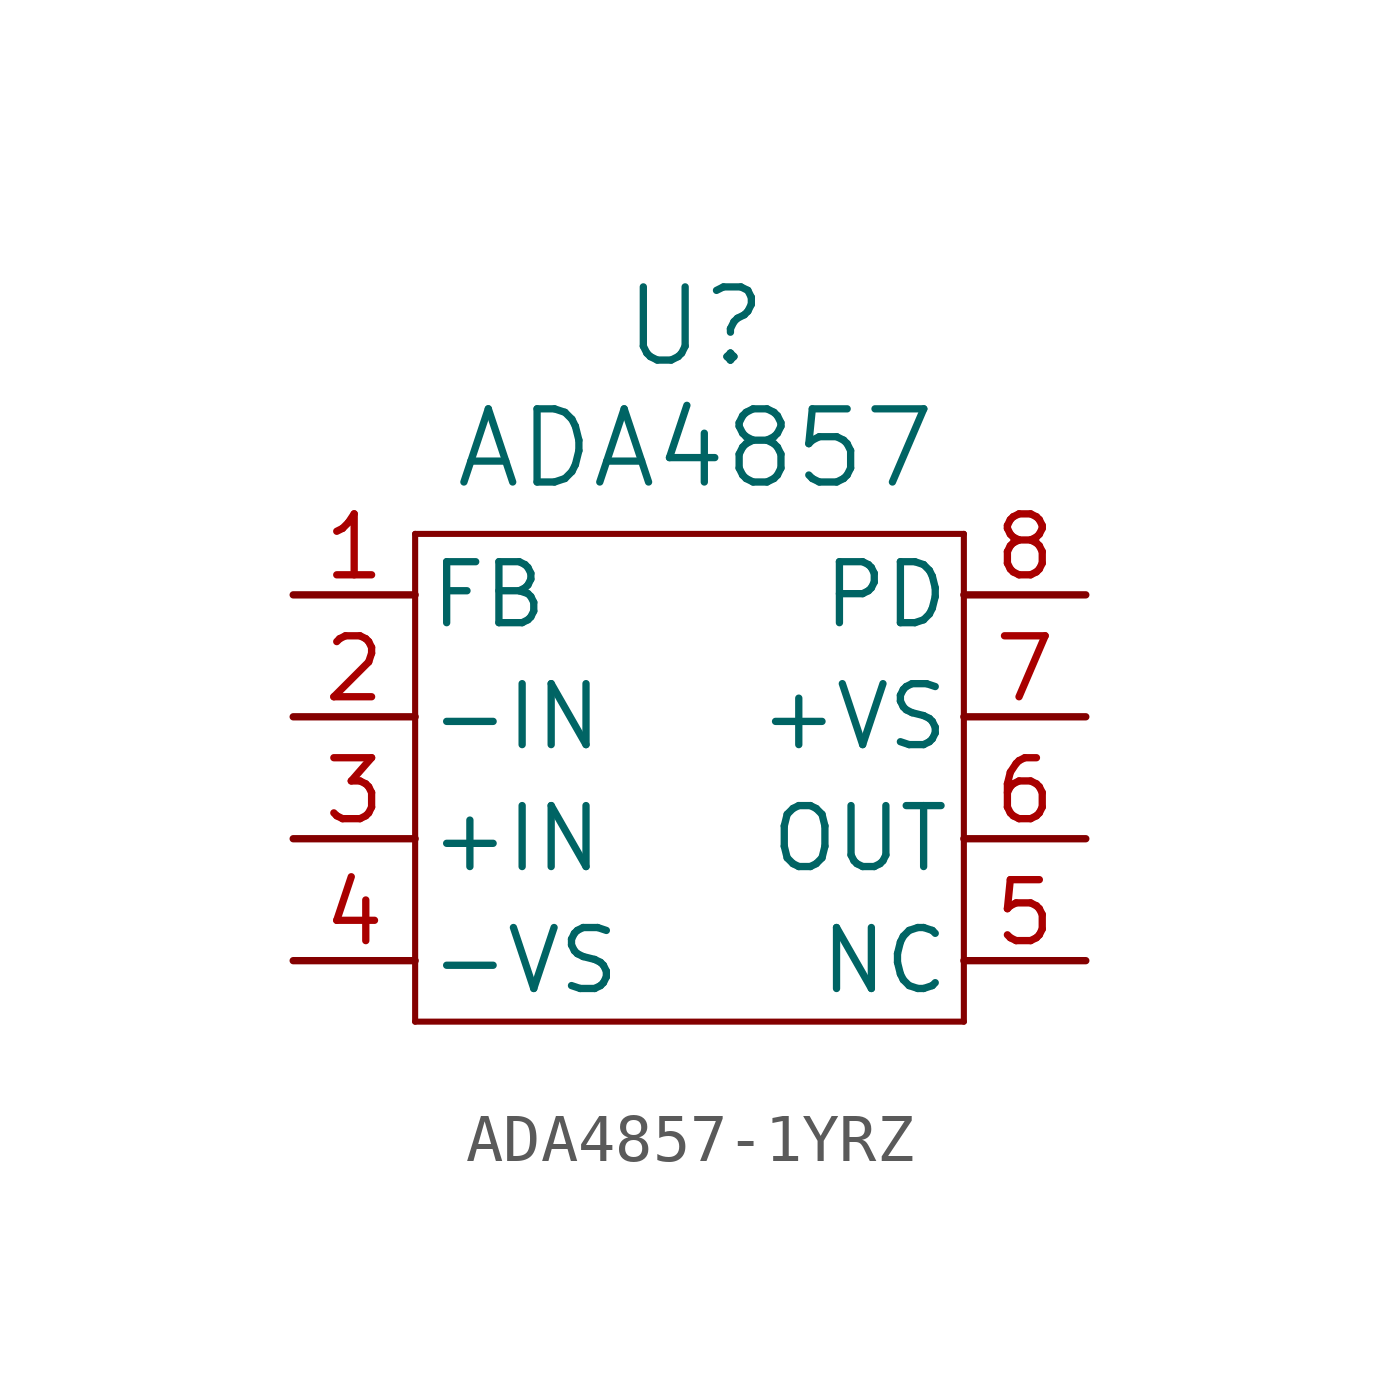
<source format=kicad_sym>
(kicad_symbol_lib
  (version 20241209)
  (generator "kicad_symbol_editor")
  (generator_version "9.0")
  (symbol "ADA4857-1YRZ"
    (pin_names
      (offset 0.254))
    (property "Reference" "U"
      (at 13.462 5.588 0)
      (effects (font (size 1.524 1.524))))
    (property "Value" "ADA4857"
      (at 13.462 3.048 0)
      (effects (font (size 1.524 1.524))))
    (property "ki_locked" ""
      (at 0 0 0)
      (effects (font (size 1.27 1.27))))
    (symbol "ADA4857-1YRZ_0_1"
      (polyline (pts (xy 7.62 1.27) (xy 7.62 -8.89)) (stroke (width 0.127) (type default)) (fill (type none)))
      (polyline (pts (xy 7.62 -8.89) (xy 19.05 -8.89)) (stroke (width 0.127) (type default)) (fill (type none)))
      (polyline (pts (xy 19.05 1.27) (xy 7.62 1.27)) (stroke (width 0.127) (type default)) (fill (type none)))
      (polyline (pts (xy 19.05 -8.89) (xy 19.05 1.27)) (stroke (width 0.127) (type default)) (fill (type none)))
      (pin unspecified line (at 5.08 0 0) (length 2.54) (name "FB" (effects (font (size 1.27 1.27)))) (number "1" (effects (font (size 1.27 1.27)))))
      (pin unspecified line (at 5.08 -2.54 0) (length 2.54) (name "-IN" (effects (font (size 1.27 1.27)))) (number "2" (effects (font (size 1.27 1.27)))))
      (pin unspecified line (at 5.08 -5.08 0) (length 2.54) (name "+IN" (effects (font (size 1.27 1.27)))) (number "3" (effects (font (size 1.27 1.27)))))
      (pin unspecified line (at 5.08 -7.62 0) (length 2.54) (name "-VS" (effects (font (size 1.27 1.27)))) (number "4" (effects (font (size 1.27 1.27)))))
      (pin unspecified line (at 21.59 0 180) (length 2.54) (name "PD" (effects (font (size 1.27 1.27)))) (number "8" (effects (font (size 1.27 1.27)))))
      (pin unspecified line (at 21.59 -2.54 180) (length 2.54) (name "+VS" (effects (font (size 1.27 1.27)))) (number "7" (effects (font (size 1.27 1.27)))))
      (pin unspecified line (at 21.59 -5.08 180) (length 2.54) (name "OUT" (effects (font (size 1.27 1.27)))) (number "6" (effects (font (size 1.27 1.27)))))
      (pin unspecified line (at 21.59 -7.62 180) (length 2.54) (name "NC" (effects (font (size 1.27 1.27)))) (number "5" (effects (font (size 1.27 1.27))))))))
</source>
